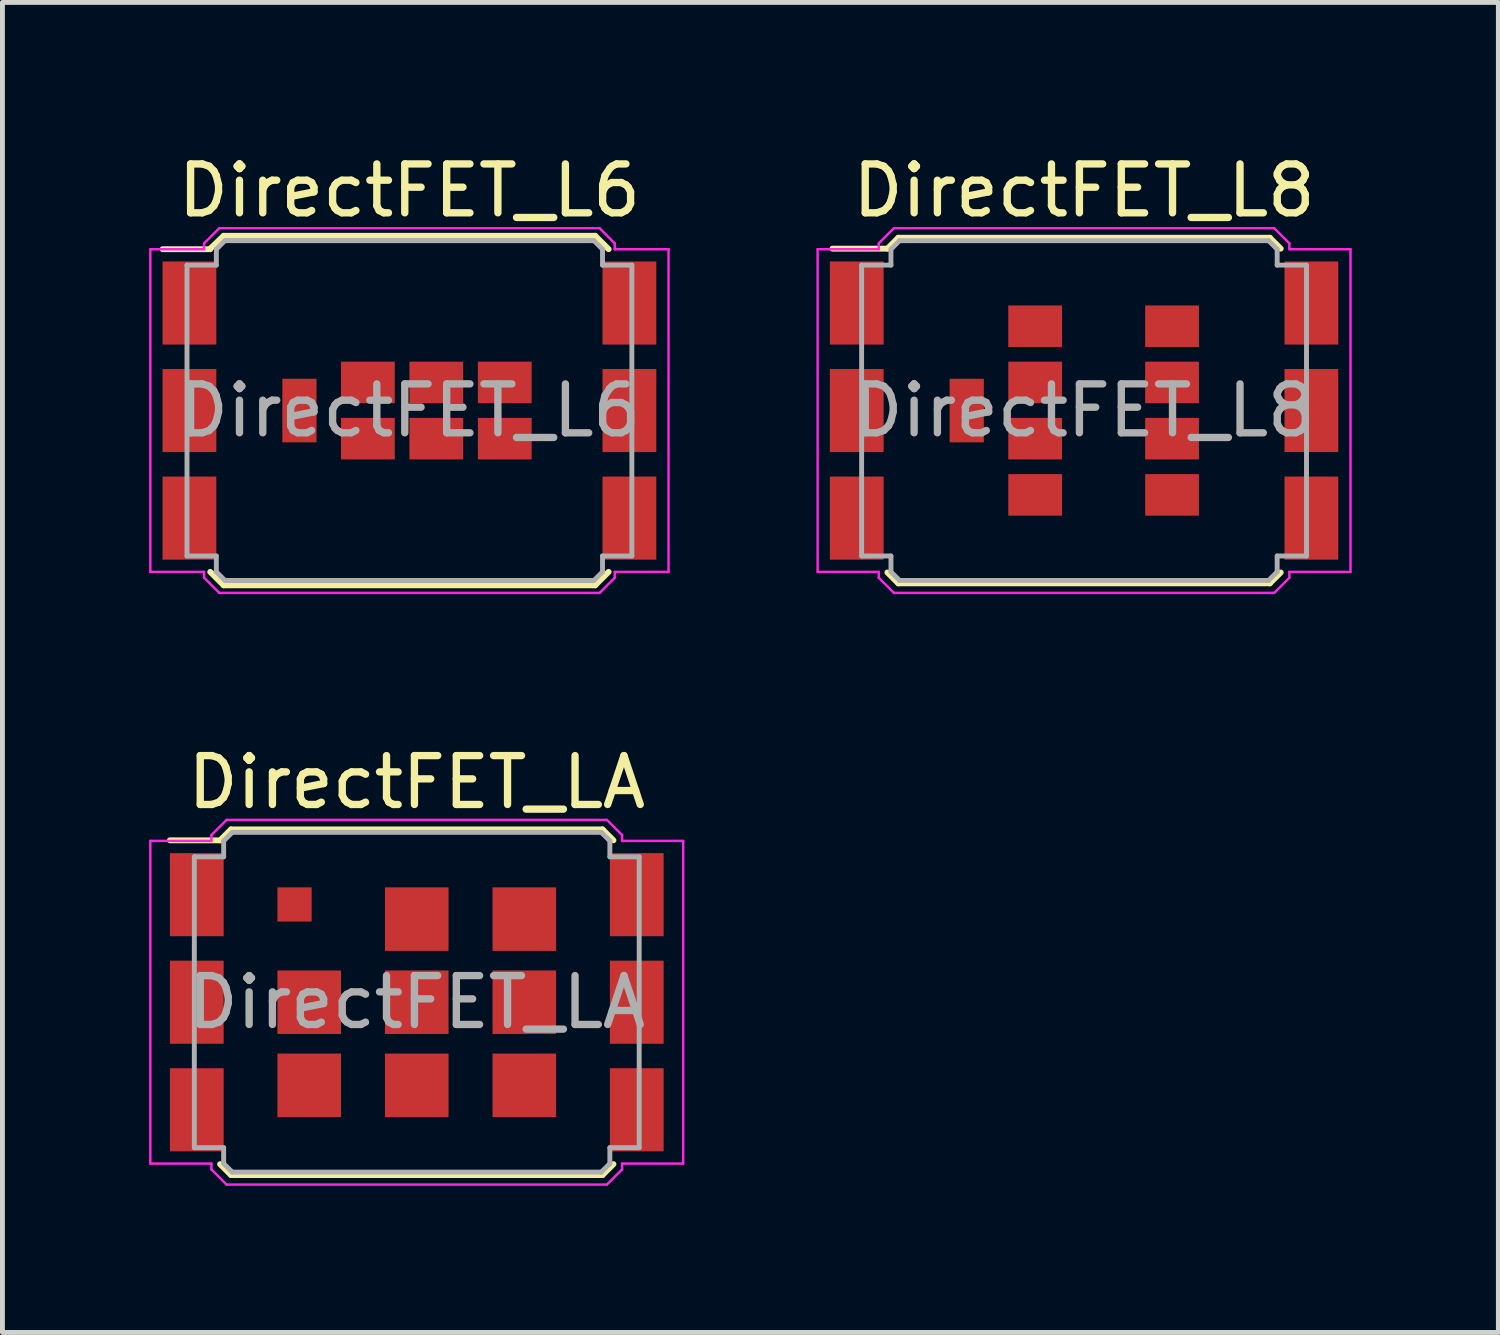
<source format=kicad_pcb>
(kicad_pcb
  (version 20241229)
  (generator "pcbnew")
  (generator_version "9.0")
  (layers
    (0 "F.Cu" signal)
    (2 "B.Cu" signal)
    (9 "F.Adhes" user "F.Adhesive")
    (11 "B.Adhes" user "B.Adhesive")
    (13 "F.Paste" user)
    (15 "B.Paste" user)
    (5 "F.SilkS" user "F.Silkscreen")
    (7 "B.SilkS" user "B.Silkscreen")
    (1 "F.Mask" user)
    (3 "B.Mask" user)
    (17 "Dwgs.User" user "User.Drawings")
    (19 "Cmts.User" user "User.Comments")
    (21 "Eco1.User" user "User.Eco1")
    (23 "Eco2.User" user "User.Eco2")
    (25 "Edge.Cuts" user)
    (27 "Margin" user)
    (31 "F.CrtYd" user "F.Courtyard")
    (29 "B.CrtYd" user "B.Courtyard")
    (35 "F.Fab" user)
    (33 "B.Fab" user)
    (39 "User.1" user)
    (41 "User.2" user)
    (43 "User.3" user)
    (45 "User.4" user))
  (footprint "DirectFET_LA"
    (layer "F.Cu")
    (at 5.475 17.451)
    (property "Reference" "DirectFET_LA" (at 0 -4.5 0) (layer "F.SilkS") (effects (font (size 1 1) (thickness 0.15))))
    (attr smd)
    (fp_line (start -5.05 -3.312) (end -4.023 -3.312) (stroke (width 0.12) (type solid)) (layer "F.SilkS"))
    (fp_line (start -4.023 -3.312) (end -3.8 -3.535) (stroke (width 0.12) (type solid)) (layer "F.SilkS"))
    (fp_line (start -4.023 3.312) (end -3.8 3.535) (stroke (width 0.12) (type solid)) (layer "F.SilkS"))
    (fp_line (start 3.8 -3.535) (end -3.8 -3.535) (stroke (width 0.12) (type solid)) (layer "F.SilkS"))
    (fp_line (start 3.8 3.535) (end -3.8 3.535) (stroke (width 0.12) (type solid)) (layer "F.SilkS"))
    (fp_line (start 4.023 -3.312) (end 3.8 -3.535) (stroke (width 0.12) (type solid)) (layer "F.SilkS"))
    (fp_line (start 4.023 3.312) (end 3.8 3.535) (stroke (width 0.12) (type solid)) (layer "F.SilkS"))
    (fp_line (start -5.45 -3.3) (end -5.45 3.3) (stroke (width 0.05) (type solid)) (layer "F.CrtYd"))
    (fp_line (start -4.2 -3.42) (end -3.89 -3.73) (stroke (width 0.05) (type solid)) (layer "F.CrtYd"))
    (fp_line (start -4.2 -3.3) (end -5.45 -3.3) (stroke (width 0.05) (type solid)) (layer "F.CrtYd"))
    (fp_line (start -4.2 -3.3) (end -4.2 -3.42) (stroke (width 0.05) (type solid)) (layer "F.CrtYd"))
    (fp_line (start -4.2 3.3) (end -5.45 3.3) (stroke (width 0.05) (type solid)) (layer "F.CrtYd"))
    (fp_line (start -4.2 3.3) (end -4.2 3.42) (stroke (width 0.05) (type solid)) (layer "F.CrtYd"))
    (fp_line (start -4.2 3.42) (end -3.89 3.73) (stroke (width 0.05) (type solid)) (layer "F.CrtYd"))
    (fp_line (start 3.89 -3.73) (end -3.89 -3.73) (stroke (width 0.05) (type solid)) (layer "F.CrtYd"))
    (fp_line (start 3.89 3.73) (end -3.89 3.73) (stroke (width 0.05) (type solid)) (layer "F.CrtYd"))
    (fp_line (start 4.2 -3.42) (end 3.89 -3.73) (stroke (width 0.05) (type solid)) (layer "F.CrtYd"))
    (fp_line (start 4.2 -3.3) (end 4.2 -3.42) (stroke (width 0.05) (type solid)) (layer "F.CrtYd"))
    (fp_line (start 4.2 -3.3) (end 5.45 -3.3) (stroke (width 0.05) (type solid)) (layer "F.CrtYd"))
    (fp_line (start 4.2 3.3) (end 4.2 3.42) (stroke (width 0.05) (type solid)) (layer "F.CrtYd"))
    (fp_line (start 4.2 3.3) (end 5.45 3.3) (stroke (width 0.05) (type solid)) (layer "F.CrtYd"))
    (fp_line (start 4.2 3.42) (end 3.89 3.73) (stroke (width 0.05) (type solid)) (layer "F.CrtYd"))
    (fp_line (start 5.45 -3.3) (end 5.45 3.3) (stroke (width 0.05) (type solid)) (layer "F.CrtYd"))
    (fp_line (start -4.55 -2.975) (end -4.55 2.975) (stroke (width 0.1) (type solid)) (layer "F.Fab"))
    (fp_line (start -4.55 -2.975) (end -3.95 -2.975) (stroke (width 0.1) (type solid)) (layer "F.Fab"))
    (fp_line (start -4.55 2.975) (end -3.95 2.975) (stroke (width 0.1) (type solid)) (layer "F.Fab"))
    (fp_line (start -3.95 -3.3) (end -3.775 -3.475) (stroke (width 0.1) (type solid)) (layer "F.Fab"))
    (fp_line (start -3.95 -2.975) (end -3.95 -3.3) (stroke (width 0.1) (type solid)) (layer "F.Fab"))
    (fp_line (start -3.95 2.975) (end -3.95 3.3) (stroke (width 0.1) (type solid)) (layer "F.Fab"))
    (fp_line (start -3.95 3.3) (end -3.775 3.475) (stroke (width 0.1) (type solid)) (layer "F.Fab"))
    (fp_line (start 3.775 -3.475) (end -3.775 -3.475) (stroke (width 0.1) (type solid)) (layer "F.Fab"))
    (fp_line (start 3.775 3.475) (end -3.775 3.475) (stroke (width 0.1) (type solid)) (layer "F.Fab"))
    (fp_line (start 3.95 -3.3) (end 3.775 -3.475) (stroke (width 0.1) (type solid)) (layer "F.Fab"))
    (fp_line (start 3.95 -2.975) (end 3.95 -3.3) (stroke (width 0.1) (type solid)) (layer "F.Fab"))
    (fp_line (start 3.95 2.975) (end 3.95 3.3) (stroke (width 0.1) (type solid)) (layer "F.Fab"))
    (fp_line (start 3.95 3.3) (end 3.775 3.475) (stroke (width 0.1) (type solid)) (layer "F.Fab"))
    (fp_line (start 4.55 -2.975) (end 3.95 -2.975) (stroke (width 0.1) (type solid)) (layer "F.Fab"))
    (fp_line (start 4.55 -2.975) (end 4.55 2.975) (stroke (width 0.1) (type solid)) (layer "F.Fab"))
    (fp_line (start 4.55 2.975) (end 3.95 2.975) (stroke (width 0.1) (type solid)) (layer "F.Fab"))
    (fp_text user "${REFERENCE}" (at 0 0 0) (layer "F.Fab") (effects (font (size 1 1) (thickness 0.15))))
    (pad "1" smd rect (at -4.5 -2.2) (size 1.1 1.7) (layers "F.Cu" "F.Mask" "F.Paste"))
    (pad "1" smd rect (at -4.5 0) (size 1.1 1.7) (layers "F.Cu" "F.Mask" "F.Paste"))
    (pad "1" smd rect (at -4.5 2.2) (size 1.1 1.7) (layers "F.Cu" "F.Mask" "F.Paste"))
    (pad "1" smd rect (at 4.5 -2.2) (size 1.1 1.7) (layers "F.Cu" "F.Mask" "F.Paste"))
    (pad "1" smd rect (at 4.5 0) (size 1.1 1.7) (layers "F.Cu" "F.Mask" "F.Paste"))
    (pad "1" smd rect (at 4.5 2.2) (size 1.1 1.7) (layers "F.Cu" "F.Mask" "F.Paste"))
    (pad "2" smd rect (at -2.5 -2) (size 0.7 0.7) (layers "F.Cu" "F.Mask" "F.Paste"))
    (pad "3" smd rect (at -2.2 0) (size 1.3 1.3) (layers "F.Cu" "F.Mask" "F.Paste"))
    (pad "3" smd rect (at -2.2 1.7) (size 1.3 1.3) (layers "F.Cu" "F.Mask" "F.Paste"))
    (pad "3" smd rect (at 0 -1.7) (size 1.3 1.3) (layers "F.Cu" "F.Mask" "F.Paste"))
    (pad "3" smd rect (at 0 0) (size 1.3 1.3) (layers "F.Cu" "F.Mask" "F.Paste"))
    (pad "3" smd rect (at 0 1.7) (size 1.3 1.3) (layers "F.Cu" "F.Mask" "F.Paste"))
    (pad "3" smd rect (at 2.2 -1.7) (size 1.3 1.3) (layers "F.Cu" "F.Mask" "F.Paste"))
    (pad "3" smd rect (at 2.2 0) (size 1.3 1.3) (layers "F.Cu" "F.Mask" "F.Paste"))
    (pad "3" smd rect (at 2.2 1.7) (size 1.3 1.3) (layers "F.Cu" "F.Mask" "F.Paste")))
  (footprint "DirectFET_L8"
    (layer "F.Cu")
    (at 19.125 5.348)
    (property "Reference" "DirectFET_L8" (at 0 -4.5 0) (layer "F.SilkS") (effects (font (size 1 1) (thickness 0.15))))
    (attr smd)
    (fp_line (start -5.146 -3.312) (end -4.023 -3.312) (stroke (width 0.12) (type solid)) (layer "F.SilkS"))
    (fp_line (start -4.023 -3.312) (end -3.8 -3.535) (stroke (width 0.12) (type solid)) (layer "F.SilkS"))
    (fp_line (start -4.023 3.312) (end -3.8 3.535) (stroke (width 0.12) (type solid)) (layer "F.SilkS"))
    (fp_line (start 3.8 -3.535) (end -3.8 -3.535) (stroke (width 0.12) (type solid)) (layer "F.SilkS"))
    (fp_line (start 3.8 3.535) (end -3.8 3.535) (stroke (width 0.12) (type solid)) (layer "F.SilkS"))
    (fp_line (start 4.023 -3.312) (end 3.8 -3.535) (stroke (width 0.12) (type solid)) (layer "F.SilkS"))
    (fp_line (start 4.023 3.312) (end 3.8 3.535) (stroke (width 0.12) (type solid)) (layer "F.SilkS"))
    (fp_line (start -5.45 -3.3) (end -5.45 3.3) (stroke (width 0.05) (type solid)) (layer "F.CrtYd"))
    (fp_line (start -4.2 -3.42) (end -3.89 -3.73) (stroke (width 0.05) (type solid)) (layer "F.CrtYd"))
    (fp_line (start -4.2 -3.3) (end -5.45 -3.3) (stroke (width 0.05) (type solid)) (layer "F.CrtYd"))
    (fp_line (start -4.2 -3.3) (end -4.2 -3.42) (stroke (width 0.05) (type solid)) (layer "F.CrtYd"))
    (fp_line (start -4.2 3.3) (end -5.45 3.3) (stroke (width 0.05) (type solid)) (layer "F.CrtYd"))
    (fp_line (start -4.2 3.3) (end -4.2 3.42) (stroke (width 0.05) (type solid)) (layer "F.CrtYd"))
    (fp_line (start -4.2 3.42) (end -3.89 3.73) (stroke (width 0.05) (type solid)) (layer "F.CrtYd"))
    (fp_line (start 3.89 -3.73) (end -3.89 -3.73) (stroke (width 0.05) (type solid)) (layer "F.CrtYd"))
    (fp_line (start 3.89 3.73) (end -3.89 3.73) (stroke (width 0.05) (type solid)) (layer "F.CrtYd"))
    (fp_line (start 4.2 -3.42) (end 3.89 -3.73) (stroke (width 0.05) (type solid)) (layer "F.CrtYd"))
    (fp_line (start 4.2 -3.3) (end 4.2 -3.42) (stroke (width 0.05) (type solid)) (layer "F.CrtYd"))
    (fp_line (start 4.2 -3.3) (end 5.45 -3.3) (stroke (width 0.05) (type solid)) (layer "F.CrtYd"))
    (fp_line (start 4.2 3.3) (end 4.2 3.42) (stroke (width 0.05) (type solid)) (layer "F.CrtYd"))
    (fp_line (start 4.2 3.3) (end 5.45 3.3) (stroke (width 0.05) (type solid)) (layer "F.CrtYd"))
    (fp_line (start 4.2 3.42) (end 3.89 3.73) (stroke (width 0.05) (type solid)) (layer "F.CrtYd"))
    (fp_line (start 5.45 -3.3) (end 5.45 3.3) (stroke (width 0.05) (type solid)) (layer "F.CrtYd"))
    (fp_line (start -4.55 -2.975) (end -4.55 2.975) (stroke (width 0.1) (type solid)) (layer "F.Fab"))
    (fp_line (start -4.55 -2.975) (end -3.95 -2.975) (stroke (width 0.1) (type solid)) (layer "F.Fab"))
    (fp_line (start -4.55 2.975) (end -3.95 2.975) (stroke (width 0.1) (type solid)) (layer "F.Fab"))
    (fp_line (start -3.95 -3.3) (end -3.775 -3.475) (stroke (width 0.1) (type solid)) (layer "F.Fab"))
    (fp_line (start -3.95 -2.975) (end -3.95 -3.3) (stroke (width 0.1) (type solid)) (layer "F.Fab"))
    (fp_line (start -3.95 2.975) (end -3.95 3.3) (stroke (width 0.1) (type solid)) (layer "F.Fab"))
    (fp_line (start -3.95 3.3) (end -3.775 3.475) (stroke (width 0.1) (type solid)) (layer "F.Fab"))
    (fp_line (start 3.775 -3.475) (end -3.775 -3.475) (stroke (width 0.1) (type solid)) (layer "F.Fab"))
    (fp_line (start 3.775 3.475) (end -3.775 3.475) (stroke (width 0.1) (type solid)) (layer "F.Fab"))
    (fp_line (start 3.95 -3.3) (end 3.775 -3.475) (stroke (width 0.1) (type solid)) (layer "F.Fab"))
    (fp_line (start 3.95 -2.975) (end 3.95 -3.3) (stroke (width 0.1) (type solid)) (layer "F.Fab"))
    (fp_line (start 3.95 2.975) (end 3.95 3.3) (stroke (width 0.1) (type solid)) (layer "F.Fab"))
    (fp_line (start 3.95 3.3) (end 3.775 3.475) (stroke (width 0.1) (type solid)) (layer "F.Fab"))
    (fp_line (start 4.55 -2.975) (end 3.95 -2.975) (stroke (width 0.1) (type solid)) (layer "F.Fab"))
    (fp_line (start 4.55 -2.975) (end 4.55 2.975) (stroke (width 0.1) (type solid)) (layer "F.Fab"))
    (fp_line (start 4.55 2.975) (end 3.95 2.975) (stroke (width 0.1) (type solid)) (layer "F.Fab"))
    (fp_text user "${REFERENCE}" (at 0 0 0) (layer "F.Fab") (effects (font (size 1 1) (thickness 0.15))))
    (pad "1" smd rect (at -4.65 -2.2) (size 1.1 1.7) (layers "F.Cu" "F.Mask" "F.Paste"))
    (pad "1" smd rect (at -4.65 0) (size 1.1 1.7) (layers "F.Cu" "F.Mask" "F.Paste"))
    (pad "1" smd rect (at -4.65 2.2) (size 1.1 1.7) (layers "F.Cu" "F.Mask" "F.Paste"))
    (pad "1" smd rect (at 4.65 -2.2) (size 1.1 1.7) (layers "F.Cu" "F.Mask" "F.Paste"))
    (pad "1" smd rect (at 4.65 0) (size 1.1 1.7) (layers "F.Cu" "F.Mask" "F.Paste"))
    (pad "1" smd rect (at 4.65 2.2) (size 1.1 1.7) (layers "F.Cu" "F.Mask" "F.Paste"))
    (pad "2" smd rect (at -2.4 0) (size 0.7 1.3) (layers "F.Cu" "F.Mask" "F.Paste"))
    (pad "3" smd rect (at -1 -1.725) (size 1.1 0.85) (layers "F.Cu" "F.Mask" "F.Paste"))
    (pad "3" smd rect (at -1 -0.575) (size 1.1 0.85) (layers "F.Cu" "F.Mask" "F.Paste"))
    (pad "3" smd rect (at -1 0.575) (size 1.1 0.85) (layers "F.Cu" "F.Mask" "F.Paste"))
    (pad "3" smd rect (at -1 1.725) (size 1.1 0.85) (layers "F.Cu" "F.Mask" "F.Paste"))
    (pad "3" smd rect (at 1.8 -1.725) (size 1.1 0.85) (layers "F.Cu" "F.Mask" "F.Paste"))
    (pad "3" smd rect (at 1.8 -0.575) (size 1.1 0.85) (layers "F.Cu" "F.Mask" "F.Paste"))
    (pad "3" smd rect (at 1.8 0.575) (size 1.1 0.85) (layers "F.Cu" "F.Mask" "F.Paste"))
    (pad "3" smd rect (at 1.8 1.725) (size 1.1 0.85) (layers "F.Cu" "F.Mask" "F.Paste")))
  (footprint "DirectFET_L6"
    (layer "F.Cu")
    (at 5.325 5.348)
    (property "Reference" "DirectFET_L6" (at 0 -4.5 0) (layer "F.SilkS") (effects (font (size 1 1) (thickness 0.15))))
    (attr smd)
    (fp_line (start -5.05 -3.3) (end -4.075 -3.3) (stroke (width 0.12) (type solid)) (layer "F.SilkS"))
    (fp_line (start -4.075 -3.312) (end -3.8 -3.575) (stroke (width 0.12) (type solid)) (layer "F.SilkS"))
    (fp_line (start -4.075 3.3) (end -3.8 3.575) (stroke (width 0.12) (type solid)) (layer "F.SilkS"))
    (fp_line (start 3.8 -3.575) (end -3.8 -3.575) (stroke (width 0.12) (type solid)) (layer "F.SilkS"))
    (fp_line (start 3.8 3.575) (end -3.8 3.575) (stroke (width 0.12) (type solid)) (layer "F.SilkS"))
    (fp_line (start 4.075 -3.3) (end 3.8 -3.575) (stroke (width 0.12) (type solid)) (layer "F.SilkS"))
    (fp_line (start 4.075 3.3) (end 3.8 3.575) (stroke (width 0.12) (type solid)) (layer "F.SilkS"))
    (fp_line (start -5.3 -3.3) (end -5.3 3.3) (stroke (width 0.05) (type solid)) (layer "F.CrtYd"))
    (fp_line (start -4.2 -3.42) (end -3.89 -3.73) (stroke (width 0.05) (type solid)) (layer "F.CrtYd"))
    (fp_line (start -4.2 -3.3) (end -5.3 -3.3) (stroke (width 0.05) (type solid)) (layer "F.CrtYd"))
    (fp_line (start -4.2 -3.3) (end -4.2 -3.42) (stroke (width 0.05) (type solid)) (layer "F.CrtYd"))
    (fp_line (start -4.2 3.3) (end -5.3 3.3) (stroke (width 0.05) (type solid)) (layer "F.CrtYd"))
    (fp_line (start -4.2 3.3) (end -4.2 3.42) (stroke (width 0.05) (type solid)) (layer "F.CrtYd"))
    (fp_line (start -4.2 3.42) (end -3.89 3.73) (stroke (width 0.05) (type solid)) (layer "F.CrtYd"))
    (fp_line (start 3.89 -3.73) (end -3.89 -3.73) (stroke (width 0.05) (type solid)) (layer "F.CrtYd"))
    (fp_line (start 3.89 3.73) (end -3.89 3.73) (stroke (width 0.05) (type solid)) (layer "F.CrtYd"))
    (fp_line (start 4.2 -3.42) (end 3.89 -3.73) (stroke (width 0.05) (type solid)) (layer "F.CrtYd"))
    (fp_line (start 4.2 -3.3) (end 4.2 -3.42) (stroke (width 0.05) (type solid)) (layer "F.CrtYd"))
    (fp_line (start 4.2 -3.3) (end 5.3 -3.3) (stroke (width 0.05) (type solid)) (layer "F.CrtYd"))
    (fp_line (start 4.2 3.3) (end 4.2 3.42) (stroke (width 0.05) (type solid)) (layer "F.CrtYd"))
    (fp_line (start 4.2 3.3) (end 5.3 3.3) (stroke (width 0.05) (type solid)) (layer "F.CrtYd"))
    (fp_line (start 4.2 3.42) (end 3.89 3.73) (stroke (width 0.05) (type solid)) (layer "F.CrtYd"))
    (fp_line (start 5.3 -3.3) (end 5.3 3.3) (stroke (width 0.05) (type solid)) (layer "F.CrtYd"))
    (fp_line (start -4.55 -2.975) (end -4.55 2.975) (stroke (width 0.1) (type solid)) (layer "F.Fab"))
    (fp_line (start -4.55 -2.975) (end -3.95 -2.975) (stroke (width 0.1) (type solid)) (layer "F.Fab"))
    (fp_line (start -4.55 2.975) (end -3.95 2.975) (stroke (width 0.1) (type solid)) (layer "F.Fab"))
    (fp_line (start -3.95 -3.3) (end -3.775 -3.475) (stroke (width 0.1) (type solid)) (layer "F.Fab"))
    (fp_line (start -3.95 -2.975) (end -3.95 -3.3) (stroke (width 0.1) (type solid)) (layer "F.Fab"))
    (fp_line (start -3.95 2.975) (end -3.95 3.3) (stroke (width 0.1) (type solid)) (layer "F.Fab"))
    (fp_line (start -3.95 3.3) (end -3.775 3.475) (stroke (width 0.1) (type solid)) (layer "F.Fab"))
    (fp_line (start 3.775 -3.475) (end -3.775 -3.475) (stroke (width 0.1) (type solid)) (layer "F.Fab"))
    (fp_line (start 3.775 3.475) (end -3.775 3.475) (stroke (width 0.1) (type solid)) (layer "F.Fab"))
    (fp_line (start 3.95 -3.3) (end 3.775 -3.475) (stroke (width 0.1) (type solid)) (layer "F.Fab"))
    (fp_line (start 3.95 -2.975) (end 3.95 -3.3) (stroke (width 0.1) (type solid)) (layer "F.Fab"))
    (fp_line (start 3.95 2.975) (end 3.95 3.3) (stroke (width 0.1) (type solid)) (layer "F.Fab"))
    (fp_line (start 3.95 3.3) (end 3.775 3.475) (stroke (width 0.1) (type solid)) (layer "F.Fab"))
    (fp_line (start 4.55 -2.975) (end 3.95 -2.975) (stroke (width 0.1) (type solid)) (layer "F.Fab"))
    (fp_line (start 4.55 -2.975) (end 4.55 2.975) (stroke (width 0.1) (type solid)) (layer "F.Fab"))
    (fp_line (start 4.55 2.975) (end 3.95 2.975) (stroke (width 0.1) (type solid)) (layer "F.Fab"))
    (fp_text user "${REFERENCE}" (at 0 0 0) (layer "F.Fab") (effects (font (size 1 1) (thickness 0.15))))
    (pad "1" smd rect (at -4.5 -2.2) (size 1.1 1.7) (layers "F.Cu" "F.Mask" "F.Paste"))
    (pad "1" smd rect (at -4.5 0) (size 1.1 1.7) (layers "F.Cu" "F.Mask" "F.Paste"))
    (pad "1" smd rect (at -4.5 2.2) (size 1.1 1.7) (layers "F.Cu" "F.Mask" "F.Paste"))
    (pad "1" smd rect (at 4.5 -2.2) (size 1.1 1.7) (layers "F.Cu" "F.Mask" "F.Paste"))
    (pad "1" smd rect (at 4.5 0) (size 1.1 1.7) (layers "F.Cu" "F.Mask" "F.Paste"))
    (pad "1" smd rect (at 4.5 2.2) (size 1.1 1.7) (layers "F.Cu" "F.Mask" "F.Paste"))
    (pad "2" smd rect (at -2.25 0) (size 0.7 1.3) (layers "F.Cu" "F.Mask" "F.Paste"))
    (pad "3" smd rect (at -0.85 -0.575) (size 1.1 0.85) (layers "F.Cu" "F.Mask" "F.Paste"))
    (pad "3" smd rect (at -0.85 0.575) (size 1.1 0.85) (layers "F.Cu" "F.Mask" "F.Paste"))
    (pad "3" smd rect (at 0.55 -0.575) (size 1.1 0.85) (layers "F.Cu" "F.Mask" "F.Paste"))
    (pad "3" smd rect (at 0.55 0.575) (size 1.1 0.85) (layers "F.Cu" "F.Mask" "F.Paste"))
    (pad "3" smd rect (at 1.95 -0.575) (size 1.1 0.85) (layers "F.Cu" "F.Mask" "F.Paste"))
    (pad "3" smd rect (at 1.95 0.575) (size 1.1 0.85) (layers "F.Cu" "F.Mask" "F.Paste")))
  (gr_rect
    (start -3 -3)
    (end 27.6 24.206)
    (stroke (width 0.1) (type default))
    (fill no)
    (layer "Edge.Cuts")))
</source>
